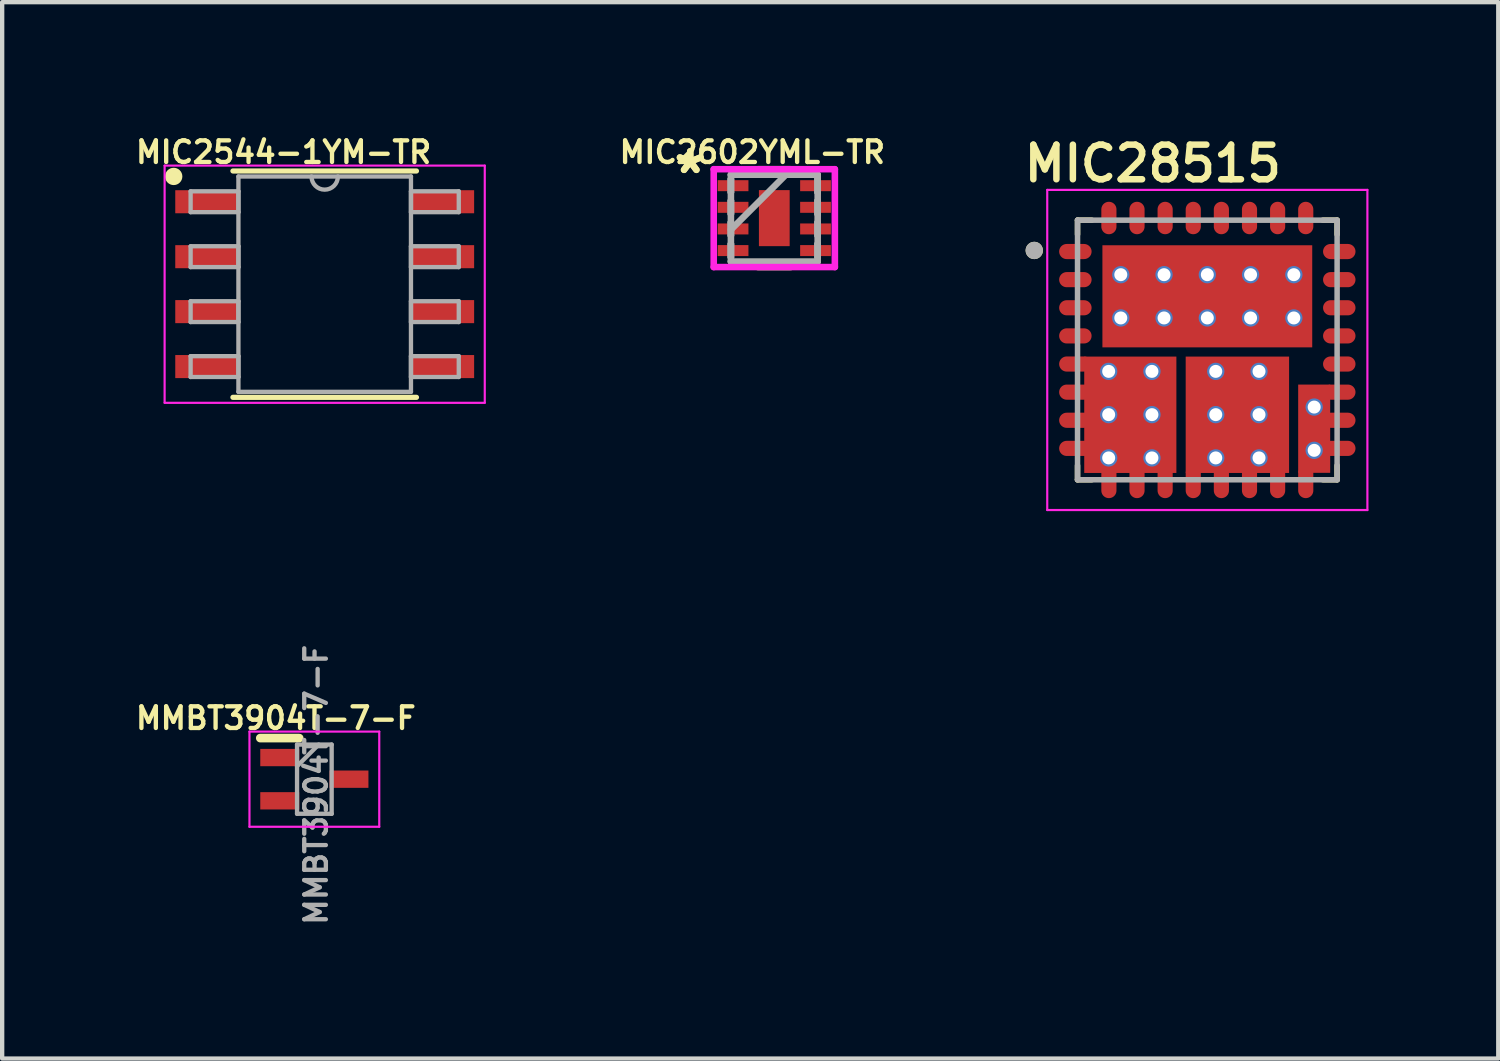
<source format=kicad_pcb>
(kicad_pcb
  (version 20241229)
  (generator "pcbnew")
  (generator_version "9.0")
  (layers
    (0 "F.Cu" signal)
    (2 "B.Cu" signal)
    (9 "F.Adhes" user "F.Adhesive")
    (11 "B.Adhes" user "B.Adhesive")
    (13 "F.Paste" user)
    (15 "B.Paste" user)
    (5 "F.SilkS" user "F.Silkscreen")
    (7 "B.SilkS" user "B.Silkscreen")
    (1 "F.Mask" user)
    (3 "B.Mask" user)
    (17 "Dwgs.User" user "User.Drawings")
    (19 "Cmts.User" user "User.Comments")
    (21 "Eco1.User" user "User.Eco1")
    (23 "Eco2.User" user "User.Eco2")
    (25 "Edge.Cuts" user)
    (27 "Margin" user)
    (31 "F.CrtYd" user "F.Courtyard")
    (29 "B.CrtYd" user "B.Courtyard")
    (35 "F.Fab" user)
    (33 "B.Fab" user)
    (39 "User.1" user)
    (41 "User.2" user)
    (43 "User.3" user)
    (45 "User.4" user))
  (footprint "MIC28515"
    (layer "F.Cu")
    (at 24.856 5.039)
    (property "Reference" "MIC28515" (at -1.26 -4.308 0) (layer "F.SilkS") (effects (font (size 0.8 0.8) (thickness 0.15))))
    (attr through_hole)
    (fp_line (start -3 -3) (end -3 -2.67) (stroke (width 0.127) (type solid)) (layer "F.SilkS"))
    (fp_line (start -3 2.67) (end -3 3) (stroke (width 0.127) (type solid)) (layer "F.SilkS"))
    (fp_line (start -3 3) (end -2.67 3) (stroke (width 0.127) (type solid)) (layer "F.SilkS"))
    (fp_line (start -2.67 -3) (end -3 -3) (stroke (width 0.127) (type solid)) (layer "F.SilkS"))
    (fp_line (start 2.67 3) (end 3 3) (stroke (width 0.127) (type solid)) (layer "F.SilkS"))
    (fp_line (start 3 -3) (end 2.67 -3) (stroke (width 0.127) (type solid)) (layer "F.SilkS"))
    (fp_line (start 3 -2.67) (end 3 -3) (stroke (width 0.127) (type solid)) (layer "F.SilkS"))
    (fp_line (start 3 3) (end 3 2.67) (stroke (width 0.127) (type solid)) (layer "F.SilkS"))
    (fp_circle (center -4 -2.3) (end -3.9 -2.3) (stroke (width 0.2) (type solid)) (fill no) (layer "F.SilkS"))
    (fp_line (start -3.7 -3.7) (end 3.7 -3.7) (stroke (width 0.05) (type solid)) (layer "F.CrtYd"))
    (fp_line (start -3.7 3.7) (end -3.7 -3.7) (stroke (width 0.05) (type solid)) (layer "F.CrtYd"))
    (fp_line (start 3.7 -3.7) (end 3.7 3.7) (stroke (width 0.05) (type solid)) (layer "F.CrtYd"))
    (fp_line (start 3.7 3.7) (end -3.7 3.7) (stroke (width 0.05) (type solid)) (layer "F.CrtYd"))
    (fp_line (start -3 -3) (end 3 -3) (stroke (width 0.127) (type solid)) (layer "F.Fab"))
    (fp_line (start -3 3) (end -3 -3) (stroke (width 0.127) (type solid)) (layer "F.Fab"))
    (fp_line (start 3 -3) (end 3 3) (stroke (width 0.127) (type solid)) (layer "F.Fab"))
    (fp_line (start 3 3) (end -3 3) (stroke (width 0.127) (type solid)) (layer "F.Fab"))
    (fp_circle (center -4 -2.3) (end -3.9 -2.3) (stroke (width 0.2) (type solid)) (fill no) (layer "F.Fab"))
    (pad "1" smd oval (at -3.05 -2.275) (size 0.75 0.35) (layers "F.Cu" "F.Mask" "F.Paste"))
    (pad "2" smd oval (at -3.05 -1.625) (size 0.75 0.35) (layers "F.Cu" "F.Mask" "F.Paste"))
    (pad "3" smd oval (at -3.05 -0.975) (size 0.75 0.35) (layers "F.Cu" "F.Mask" "F.Paste"))
    (pad "4" smd oval (at -3.05 -0.325) (size 0.75 0.35) (layers "F.Cu" "F.Mask" "F.Paste"))
    (pad "5" smd oval (at -3.05 0.325) (size 0.75 0.35) (layers "F.Cu" "F.Mask" "F.Paste"))
    (pad "5" thru_hole circle (at -2.28 0.495) (size 0.4 0.4) (drill 0.3) (layers "*.Cu" "*.Mask"))
    (pad "5" thru_hole circle (at -2.28 1.495) (size 0.4 0.4) (drill 0.3) (layers "*.Cu" "*.Mask"))
    (pad "5" thru_hole circle (at -2.28 2.495) (size 0.4 0.4) (drill 0.3) (layers "*.Cu" "*.Mask"))
    (pad "5" smd rect (at -1.78 1.498) (size 2.13 2.69) (layers "F.Cu" "F.Mask" "F.Paste"))
    (pad "5" thru_hole circle (at -1.28 0.495) (size 0.4 0.4) (drill 0.3) (layers "*.Cu" "*.Mask"))
    (pad "5" thru_hole circle (at -1.28 1.495) (size 0.4 0.4) (drill 0.3) (layers "*.Cu" "*.Mask"))
    (pad "5" thru_hole circle (at -1.28 2.495) (size 0.4 0.4) (drill 0.3) (layers "*.Cu" "*.Mask"))
    (pad "6" smd oval (at -3.05 0.975) (size 0.75 0.35) (layers "F.Cu" "F.Mask" "F.Paste"))
    (pad "7" smd oval (at -3.05 1.625) (size 0.75 0.35) (layers "F.Cu" "F.Mask" "F.Paste"))
    (pad "8" smd oval (at -3.05 2.275) (size 0.75 0.35) (layers "F.Cu" "F.Mask" "F.Paste"))
    (pad "9" smd oval (at -2.275 3.05) (size 0.35 0.75) (layers "F.Cu" "F.Mask" "F.Paste"))
    (pad "10" smd oval (at -1.625 3.05) (size 0.35 0.75) (layers "F.Cu" "F.Mask" "F.Paste"))
    (pad "11" smd oval (at -0.975 3.05) (size 0.35 0.75) (layers "F.Cu" "F.Mask" "F.Paste"))
    (pad "12" smd oval (at -0.325 3.05) (size 0.35 0.75) (layers "F.Cu" "F.Mask" "F.Paste"))
    (pad "12" thru_hole circle (at 0.195 0.495) (size 0.4 0.4) (drill 0.3) (layers "*.Cu" "*.Mask"))
    (pad "12" thru_hole circle (at 0.195 1.495) (size 0.4 0.4) (drill 0.3) (layers "*.Cu" "*.Mask"))
    (pad "12" thru_hole circle (at 0.195 2.495) (size 0.4 0.4) (drill 0.3) (layers "*.Cu" "*.Mask"))
    (pad "12" smd rect (at 0.695 1.498) (size 2.39 2.69) (layers "F.Cu" "F.Mask" "F.Paste"))
    (pad "12" thru_hole circle (at 1.195 0.495) (size 0.4 0.4) (drill 0.3) (layers "*.Cu" "*.Mask"))
    (pad "12" thru_hole circle (at 1.195 1.495) (size 0.4 0.4) (drill 0.3) (layers "*.Cu" "*.Mask"))
    (pad "12" thru_hole circle (at 1.195 2.495) (size 0.4 0.4) (drill 0.3) (layers "*.Cu" "*.Mask"))
    (pad "13" smd oval (at 0.325 3.05) (size 0.35 0.75) (layers "F.Cu" "F.Mask" "F.Paste"))
    (pad "14" smd oval (at 0.975 3.05) (size 0.35 0.75) (layers "F.Cu" "F.Mask" "F.Paste"))
    (pad "15" smd oval (at 1.625 3.05) (size 0.35 0.75) (layers "F.Cu" "F.Mask" "F.Paste"))
    (pad "16" smd oval (at 2.275 3.05) (size 0.35 0.75) (layers "F.Cu" "F.Mask" "F.Paste"))
    (pad "17" smd oval (at 3.05 2.275) (size 0.75 0.35) (layers "F.Cu" "F.Mask" "F.Paste"))
    (pad "18" smd oval (at 3.05 1.625) (size 0.75 0.35) (layers "F.Cu" "F.Mask" "F.Paste"))
    (pad "19" thru_hole circle (at 2.47 1.32) (size 0.4 0.4) (drill 0.3) (layers "*.Cu" "*.Mask"))
    (pad "19" smd rect (at 2.47 1.82) (size 0.74 2.04) (layers "F.Cu" "F.Mask" "F.Paste"))
    (pad "19" thru_hole circle (at 2.47 2.32) (size 0.4 0.4) (drill 0.3) (layers "*.Cu" "*.Mask"))
    (pad "19" smd oval (at 3.05 0.975) (size 0.75 0.35) (layers "F.Cu" "F.Mask" "F.Paste"))
    (pad "20" smd oval (at 3.05 0.325) (size 0.75 0.35) (layers "F.Cu" "F.Mask" "F.Paste"))
    (pad "21" smd oval (at 3.05 -0.325) (size 0.75 0.35) (layers "F.Cu" "F.Mask" "F.Paste"))
    (pad "22" smd oval (at 3.05 -0.975) (size 0.75 0.35) (layers "F.Cu" "F.Mask" "F.Paste"))
    (pad "23" smd oval (at 3.05 -1.625) (size 0.75 0.35) (layers "F.Cu" "F.Mask" "F.Paste"))
    (pad "24" smd oval (at 3.05 -2.275) (size 0.75 0.35) (layers "F.Cu" "F.Mask" "F.Paste"))
    (pad "25" smd oval (at 2.275 -3.05) (size 0.35 0.75) (layers "F.Cu" "F.Mask" "F.Paste"))
    (pad "26" smd oval (at 1.625 -3.05) (size 0.35 0.75) (layers "F.Cu" "F.Mask" "F.Paste"))
    (pad "27" smd oval (at 0.975 -3.05) (size 0.35 0.75) (layers "F.Cu" "F.Mask" "F.Paste"))
    (pad "28" smd oval (at 0.325 -3.05) (size 0.35 0.75) (layers "F.Cu" "F.Mask" "F.Paste"))
    (pad "29" smd oval (at -0.325 -3.05) (size 0.35 0.75) (layers "F.Cu" "F.Mask" "F.Paste"))
    (pad "30" smd oval (at -0.975 -3.05) (size 0.35 0.75) (layers "F.Cu" "F.Mask" "F.Paste"))
    (pad "31" smd oval (at -1.625 -3.05) (size 0.35 0.75) (layers "F.Cu" "F.Mask" "F.Paste"))
    (pad "32" smd oval (at -2.275 -3.05) (size 0.35 0.75) (layers "F.Cu" "F.Mask" "F.Paste"))
    (pad "33" smd rect (at 0 -1.24) (size 4.85 2.36) (layers "F.Cu" "F.Mask" "F.Paste"))
    (pad "33.1" thru_hole circle (at -2 -1.74) (size 0.4 0.4) (drill 0.3) (layers "*.Cu" "*.Mask"))
    (pad "33.2" thru_hole circle (at -1 -1.74) (size 0.4 0.4) (drill 0.3) (layers "*.Cu" "*.Mask"))
    (pad "33.3" thru_hole circle (at 0 -1.74) (size 0.4 0.4) (drill 0.3) (layers "*.Cu" "*.Mask"))
    (pad "33.4" thru_hole circle (at 1 -1.74) (size 0.4 0.4) (drill 0.3) (layers "*.Cu" "*.Mask"))
    (pad "33.5" thru_hole circle (at 2 -1.74) (size 0.4 0.4) (drill 0.3) (layers "*.Cu" "*.Mask"))
    (pad "33.6" thru_hole circle (at -2 -0.74) (size 0.4 0.4) (drill 0.3) (layers "*.Cu" "*.Mask"))
    (pad "33.7" thru_hole circle (at -1 -0.74) (size 0.4 0.4) (drill 0.3) (layers "*.Cu" "*.Mask"))
    (pad "33.8" thru_hole circle (at 0 -0.74) (size 0.4 0.4) (drill 0.3) (layers "*.Cu" "*.Mask"))
    (pad "33.9" thru_hole circle (at 1 -0.74) (size 0.4 0.4) (drill 0.3) (layers "*.Cu" "*.Mask"))
    (pad "33.10" thru_hole circle (at 2 -0.74) (size 0.4 0.4) (drill 0.3) (layers "*.Cu" "*.Mask")))
  (footprint "MIC2544-1YM-TR"
    (layer "F.Cu")
    (at 4.455 3.518)
    (property "Reference" "MIC2544-1YM-TR" (at -0.95 -3.05 0) (layer "F.SilkS") (effects (font (size 0.5 0.5) (thickness 0.1))))
    (attr smd)
    (fp_line (start -2.121 2.616) (end 2.121 2.616) (stroke (width 0.12) (type solid)) (layer "F.SilkS"))
    (fp_line (start 2.121 -2.616) (end -2.121 -2.616) (stroke (width 0.12) (type solid)) (layer "F.SilkS"))
    (fp_circle (center -3.49 -2.49) (end -3.39 -2.49) (stroke (width 0.2) (type solid)) (fill no) (layer "F.SilkS"))
    (fp_line (start -3.7 -2.74) (end 3.7 -2.74) (stroke (width 0.05) (type solid)) (layer "F.CrtYd"))
    (fp_line (start -3.7 2.74) (end -3.7 -2.74) (stroke (width 0.05) (type solid)) (layer "F.CrtYd"))
    (fp_line (start 3.7 -2.74) (end 3.7 2.74) (stroke (width 0.05) (type solid)) (layer "F.CrtYd"))
    (fp_line (start 3.7 2.743) (end -3.7 2.743) (stroke (width 0.05) (type solid)) (layer "F.CrtYd"))
    (fp_line (start -3.099 -2.146) (end -3.099 -1.664) (stroke (width 0.1) (type solid)) (layer "F.Fab"))
    (fp_line (start -3.099 -1.664) (end -1.994 -1.664) (stroke (width 0.1) (type solid)) (layer "F.Fab"))
    (fp_line (start -3.099 -0.876) (end -3.099 -0.394) (stroke (width 0.1) (type solid)) (layer "F.Fab"))
    (fp_line (start -3.099 -0.394) (end -1.994 -0.394) (stroke (width 0.1) (type solid)) (layer "F.Fab"))
    (fp_line (start -3.099 0.394) (end -3.099 0.876) (stroke (width 0.1) (type solid)) (layer "F.Fab"))
    (fp_line (start -3.099 0.876) (end -1.994 0.876) (stroke (width 0.1) (type solid)) (layer "F.Fab"))
    (fp_line (start -3.099 1.664) (end -3.099 2.146) (stroke (width 0.1) (type solid)) (layer "F.Fab"))
    (fp_line (start -3.099 2.146) (end -1.994 2.146) (stroke (width 0.1) (type solid)) (layer "F.Fab"))
    (fp_line (start -1.994 -2.489) (end -1.994 2.489) (stroke (width 0.1) (type solid)) (layer "F.Fab"))
    (fp_line (start -1.994 -2.146) (end -3.099 -2.146) (stroke (width 0.1) (type solid)) (layer "F.Fab"))
    (fp_line (start -1.994 -1.664) (end -1.994 -2.146) (stroke (width 0.1) (type solid)) (layer "F.Fab"))
    (fp_line (start -1.994 -0.876) (end -3.099 -0.876) (stroke (width 0.1) (type solid)) (layer "F.Fab"))
    (fp_line (start -1.994 -0.394) (end -1.994 -0.876) (stroke (width 0.1) (type solid)) (layer "F.Fab"))
    (fp_line (start -1.994 0.394) (end -3.099 0.394) (stroke (width 0.1) (type solid)) (layer "F.Fab"))
    (fp_line (start -1.994 0.876) (end -1.994 0.394) (stroke (width 0.1) (type solid)) (layer "F.Fab"))
    (fp_line (start -1.994 1.664) (end -3.099 1.664) (stroke (width 0.1) (type solid)) (layer "F.Fab"))
    (fp_line (start -1.994 2.146) (end -1.994 1.664) (stroke (width 0.1) (type solid)) (layer "F.Fab"))
    (fp_line (start -1.994 2.489) (end 1.994 2.489) (stroke (width 0.1) (type solid)) (layer "F.Fab"))
    (fp_line (start 1.994 -2.489) (end -1.994 -2.489) (stroke (width 0.1) (type solid)) (layer "F.Fab"))
    (fp_line (start 1.994 -2.146) (end 1.994 -1.664) (stroke (width 0.1) (type solid)) (layer "F.Fab"))
    (fp_line (start 1.994 -1.664) (end 3.099 -1.664) (stroke (width 0.1) (type solid)) (layer "F.Fab"))
    (fp_line (start 1.994 -0.876) (end 1.994 -0.394) (stroke (width 0.1) (type solid)) (layer "F.Fab"))
    (fp_line (start 1.994 -0.394) (end 3.099 -0.394) (stroke (width 0.1) (type solid)) (layer "F.Fab"))
    (fp_line (start 1.994 0.394) (end 1.994 0.876) (stroke (width 0.1) (type solid)) (layer "F.Fab"))
    (fp_line (start 1.994 0.876) (end 3.099 0.876) (stroke (width 0.1) (type solid)) (layer "F.Fab"))
    (fp_line (start 1.994 1.664) (end 1.994 2.146) (stroke (width 0.1) (type solid)) (layer "F.Fab"))
    (fp_line (start 1.994 2.146) (end 3.099 2.146) (stroke (width 0.1) (type solid)) (layer "F.Fab"))
    (fp_line (start 1.994 2.489) (end 1.994 -2.489) (stroke (width 0.1) (type solid)) (layer "F.Fab"))
    (fp_line (start 3.099 -2.146) (end 1.994 -2.146) (stroke (width 0.1) (type solid)) (layer "F.Fab"))
    (fp_line (start 3.099 -1.664) (end 3.099 -2.146) (stroke (width 0.1) (type solid)) (layer "F.Fab"))
    (fp_line (start 3.099 -0.876) (end 1.994 -0.876) (stroke (width 0.1) (type solid)) (layer "F.Fab"))
    (fp_line (start 3.099 -0.394) (end 3.099 -0.876) (stroke (width 0.1) (type solid)) (layer "F.Fab"))
    (fp_line (start 3.099 0.394) (end 1.994 0.394) (stroke (width 0.1) (type solid)) (layer "F.Fab"))
    (fp_line (start 3.099 0.876) (end 3.099 0.394) (stroke (width 0.1) (type solid)) (layer "F.Fab"))
    (fp_line (start 3.099 1.664) (end 1.994 1.664) (stroke (width 0.1) (type solid)) (layer "F.Fab"))
    (fp_line (start 3.099 2.146) (end 3.099 1.664) (stroke (width 0.1) (type solid)) (layer "F.Fab"))
    (fp_arc (start 0.3048 -2.4892) (mid 0 -2.1844) (end -0.3048 -2.4892) (stroke (width 0.1) (type solid)) (layer "F.Fab"))
    (pad "1" smd rect (at -2.724 -1.905) (size 1.46 0.533) (layers "F.Cu" "F.Mask" "F.Paste"))
    (pad "2" smd rect (at -2.724 -0.635) (size 1.46 0.533) (layers "F.Cu" "F.Mask" "F.Paste"))
    (pad "3" smd rect (at -2.724 0.635) (size 1.46 0.533) (layers "F.Cu" "F.Mask" "F.Paste"))
    (pad "4" smd rect (at -2.724 1.905) (size 1.46 0.533) (layers "F.Cu" "F.Mask" "F.Paste"))
    (pad "5" smd rect (at 2.724 1.905) (size 1.46 0.533) (layers "F.Cu" "F.Mask" "F.Paste"))
    (pad "6" smd rect (at 2.724 0.635) (size 1.46 0.533) (layers "F.Cu" "F.Mask" "F.Paste"))
    (pad "7" smd rect (at 2.724 -0.635) (size 1.46 0.533) (layers "F.Cu" "F.Mask" "F.Paste"))
    (pad "8" smd rect (at 2.724 -1.905) (size 1.46 0.533) (layers "F.Cu" "F.Mask" "F.Paste")))
  (footprint "MMBT3904T-7-F"
    (layer "F.Cu")
    (at 4.216 14.96)
    (property "Reference" "MMBT3904T-7-F" (at -0.89 -1.41 0) (layer "F.SilkS") (effects (font (size 0.5 0.5) (thickness 0.1))))
    (attr smd)
    (fp_line (start -1.25 -0.95) (end -0.35 -0.95) (stroke (width 0.2) (type solid)) (layer "F.SilkS"))
    (fp_line (start -1.5 -1.1) (end 1.5 -1.1) (stroke (width 0.05) (type solid)) (layer "F.CrtYd"))
    (fp_line (start -1.5 1.1) (end -1.5 -1.1) (stroke (width 0.05) (type solid)) (layer "F.CrtYd"))
    (fp_line (start 1.5 -1.1) (end 1.5 1.1) (stroke (width 0.05) (type solid)) (layer "F.CrtYd"))
    (fp_line (start 1.5 1.1) (end -1.5 1.1) (stroke (width 0.05) (type solid)) (layer "F.CrtYd"))
    (fp_line (start -0.4 -0.8) (end 0.4 -0.8) (stroke (width 0.1) (type solid)) (layer "F.Fab"))
    (fp_line (start -0.4 -0.3) (end 0.1 -0.8) (stroke (width 0.1) (type solid)) (layer "F.Fab"))
    (fp_line (start -0.4 0.8) (end -0.4 -0.8) (stroke (width 0.1) (type solid)) (layer "F.Fab"))
    (fp_line (start 0.4 -0.8) (end 0.4 0.8) (stroke (width 0.1) (type solid)) (layer "F.Fab"))
    (fp_line (start 0.4 0.8) (end -0.4 0.8) (stroke (width 0.1) (type solid)) (layer "F.Fab"))
    (fp_text user "${REFERENCE}" (at 0.04 0.13 90) (layer "F.Fab") (effects (font (size 0.5 0.5) (thickness 0.1))))
    (pad "1" smd rect (at -0.8 -0.5 90) (size 0.4 0.9) (layers "F.Cu" "F.Mask" "F.Paste"))
    (pad "2" smd rect (at 0.8 0 90) (size 0.4 0.9) (layers "F.Cu" "F.Mask" "F.Paste"))
    (pad "3" smd rect (at -0.8 0.5 90) (size 0.4 0.9) (layers "F.Cu" "F.Mask" "F.Paste")))
  (footprint "MIC2602YML-TR"
    (layer "F.Cu")
    (at 14.847 1.992)
    (property "Reference" "MIC2602YML-TR" (at -0.508 -1.524 0) (layer "F.SilkS") (effects (font (size 0.5 0.5) (thickness 0.1))))
    (attr through_hole)
    (fp_line (start -0.381 1.13) (end 0.381 1.13) (stroke (width 0.152) (type solid)) (layer "F.SilkS"))
    (fp_line (start 0.381 -1.13) (end -0.381 -1.13) (stroke (width 0.152) (type solid)) (layer "F.SilkS"))
    (fp_line (start -1.4 -1.131) (end 1.4 -1.131) (stroke (width 0.152) (type solid)) (layer "F.CrtYd"))
    (fp_line (start -1.4 1.131) (end -1.4 -1.131) (stroke (width 0.152) (type solid)) (layer "F.CrtYd"))
    (fp_line (start 1.4 -1.131) (end 1.4 1.131) (stroke (width 0.152) (type solid)) (layer "F.CrtYd"))
    (fp_line (start 1.4 1.131) (end -1.4 1.131) (stroke (width 0.152) (type solid)) (layer "F.CrtYd"))
    (fp_line (start -1.003 -1.003) (end -1.003 -1.003) (stroke (width 0.152) (type solid)) (layer "F.Fab"))
    (fp_line (start -1.003 -1.003) (end -1.003 1.003) (stroke (width 0.152) (type solid)) (layer "F.Fab"))
    (fp_line (start -1.003 -0.902) (end -1.003 -0.902) (stroke (width 0.152) (type solid)) (layer "F.Fab"))
    (fp_line (start -1.003 -0.902) (end -1.003 -0.598) (stroke (width 0.152) (type solid)) (layer "F.Fab"))
    (fp_line (start -1.003 -0.598) (end -1.003 -0.902) (stroke (width 0.152) (type solid)) (layer "F.Fab"))
    (fp_line (start -1.003 -0.598) (end -1.003 -0.598) (stroke (width 0.152) (type solid)) (layer "F.Fab"))
    (fp_line (start -1.003 -0.402) (end -1.003 -0.402) (stroke (width 0.152) (type solid)) (layer "F.Fab"))
    (fp_line (start -1.003 -0.402) (end -1.003 -0.098) (stroke (width 0.152) (type solid)) (layer "F.Fab"))
    (fp_line (start -1.003 -0.098) (end -1.003 -0.402) (stroke (width 0.152) (type solid)) (layer "F.Fab"))
    (fp_line (start -1.003 -0.098) (end -1.003 -0.098) (stroke (width 0.152) (type solid)) (layer "F.Fab"))
    (fp_line (start -1.003 0.098) (end -1.003 0.098) (stroke (width 0.152) (type solid)) (layer "F.Fab"))
    (fp_line (start -1.003 0.098) (end -1.003 0.402) (stroke (width 0.152) (type solid)) (layer "F.Fab"))
    (fp_line (start -1.003 0.267) (end 0.267 -1.003) (stroke (width 0.152) (type solid)) (layer "F.Fab"))
    (fp_line (start -1.003 0.402) (end -1.003 0.098) (stroke (width 0.152) (type solid)) (layer "F.Fab"))
    (fp_line (start -1.003 0.402) (end -1.003 0.402) (stroke (width 0.152) (type solid)) (layer "F.Fab"))
    (fp_line (start -1.003 0.598) (end -1.003 0.598) (stroke (width 0.152) (type solid)) (layer "F.Fab"))
    (fp_line (start -1.003 0.598) (end -1.003 0.902) (stroke (width 0.152) (type solid)) (layer "F.Fab"))
    (fp_line (start -1.003 0.902) (end -1.003 0.598) (stroke (width 0.152) (type solid)) (layer "F.Fab"))
    (fp_line (start -1.003 0.902) (end -1.003 0.902) (stroke (width 0.152) (type solid)) (layer "F.Fab"))
    (fp_line (start -1.003 1.003) (end -1.003 1.003) (stroke (width 0.152) (type solid)) (layer "F.Fab"))
    (fp_line (start -1.003 1.003) (end 1.003 1.003) (stroke (width 0.152) (type solid)) (layer "F.Fab"))
    (fp_line (start 1.003 -1.003) (end -1.003 -1.003) (stroke (width 0.152) (type solid)) (layer "F.Fab"))
    (fp_line (start 1.003 -1.003) (end 1.003 -1.003) (stroke (width 0.152) (type solid)) (layer "F.Fab"))
    (fp_line (start 1.003 -0.902) (end 1.003 -0.902) (stroke (width 0.152) (type solid)) (layer "F.Fab"))
    (fp_line (start 1.003 -0.902) (end 1.003 -0.598) (stroke (width 0.152) (type solid)) (layer "F.Fab"))
    (fp_line (start 1.003 -0.598) (end 1.003 -0.902) (stroke (width 0.152) (type solid)) (layer "F.Fab"))
    (fp_line (start 1.003 -0.598) (end 1.003 -0.598) (stroke (width 0.152) (type solid)) (layer "F.Fab"))
    (fp_line (start 1.003 -0.402) (end 1.003 -0.402) (stroke (width 0.152) (type solid)) (layer "F.Fab"))
    (fp_line (start 1.003 -0.402) (end 1.003 -0.098) (stroke (width 0.152) (type solid)) (layer "F.Fab"))
    (fp_line (start 1.003 -0.098) (end 1.003 -0.402) (stroke (width 0.152) (type solid)) (layer "F.Fab"))
    (fp_line (start 1.003 -0.098) (end 1.003 -0.098) (stroke (width 0.152) (type solid)) (layer "F.Fab"))
    (fp_line (start 1.003 0.098) (end 1.003 0.098) (stroke (width 0.152) (type solid)) (layer "F.Fab"))
    (fp_line (start 1.003 0.098) (end 1.003 0.402) (stroke (width 0.152) (type solid)) (layer "F.Fab"))
    (fp_line (start 1.003 0.402) (end 1.003 0.098) (stroke (width 0.152) (type solid)) (layer "F.Fab"))
    (fp_line (start 1.003 0.402) (end 1.003 0.402) (stroke (width 0.152) (type solid)) (layer "F.Fab"))
    (fp_line (start 1.003 0.598) (end 1.003 0.598) (stroke (width 0.152) (type solid)) (layer "F.Fab"))
    (fp_line (start 1.003 0.598) (end 1.003 0.902) (stroke (width 0.152) (type solid)) (layer "F.Fab"))
    (fp_line (start 1.003 0.902) (end 1.003 0.598) (stroke (width 0.152) (type solid)) (layer "F.Fab"))
    (fp_line (start 1.003 0.902) (end 1.003 0.902) (stroke (width 0.152) (type solid)) (layer "F.Fab"))
    (fp_line (start 1.003 1.003) (end 1.003 -1.003) (stroke (width 0.152) (type solid)) (layer "F.Fab"))
    (fp_line (start 1.003 1.003) (end 1.003 1.003) (stroke (width 0.152) (type solid)) (layer "F.Fab"))
    (fp_text user "*" (at -1.943 -1 0) (layer "F.SilkS") (effects (font (size 1 1) (thickness 0.15))))
    (fp_text user "*" (at -1.943 -1 0) (layer "F.SilkS") (effects (font (size 1 1) (thickness 0.15))))
    (pad "1" smd rect (at -0.953 -0.75 90) (size 0.254 0.711) (layers "F.Cu" "F.Mask" "F.Paste"))
    (pad "2" smd rect (at -0.953 -0.25 90) (size 0.254 0.711) (layers "F.Cu" "F.Mask" "F.Paste"))
    (pad "3" smd rect (at -0.953 0.25 90) (size 0.254 0.711) (layers "F.Cu" "F.Mask" "F.Paste"))
    (pad "4" smd rect (at -0.953 0.75 90) (size 0.254 0.711) (layers "F.Cu" "F.Mask" "F.Paste"))
    (pad "5" smd rect (at 0.953 0.75 90) (size 0.254 0.711) (layers "F.Cu" "F.Mask" "F.Paste"))
    (pad "6" smd rect (at 0.953 0.25 90) (size 0.254 0.711) (layers "F.Cu" "F.Mask" "F.Paste"))
    (pad "7" smd rect (at 0.953 -0.25 90) (size 0.254 0.711) (layers "F.Cu" "F.Mask" "F.Paste"))
    (pad "8" smd rect (at 0.953 -0.75 90) (size 0.254 0.711) (layers "F.Cu" "F.Mask" "F.Paste"))
    (pad "9" smd rect (at 0 0) (size 0.711 1.295) (layers "F.Cu" "F.Mask" "F.Paste")))
  (gr_rect
    (start -3 -3)
    (end 31.581 21.417)
    (stroke (width 0.1) (type default))
    (fill no)
    (layer "Edge.Cuts")))
</source>
